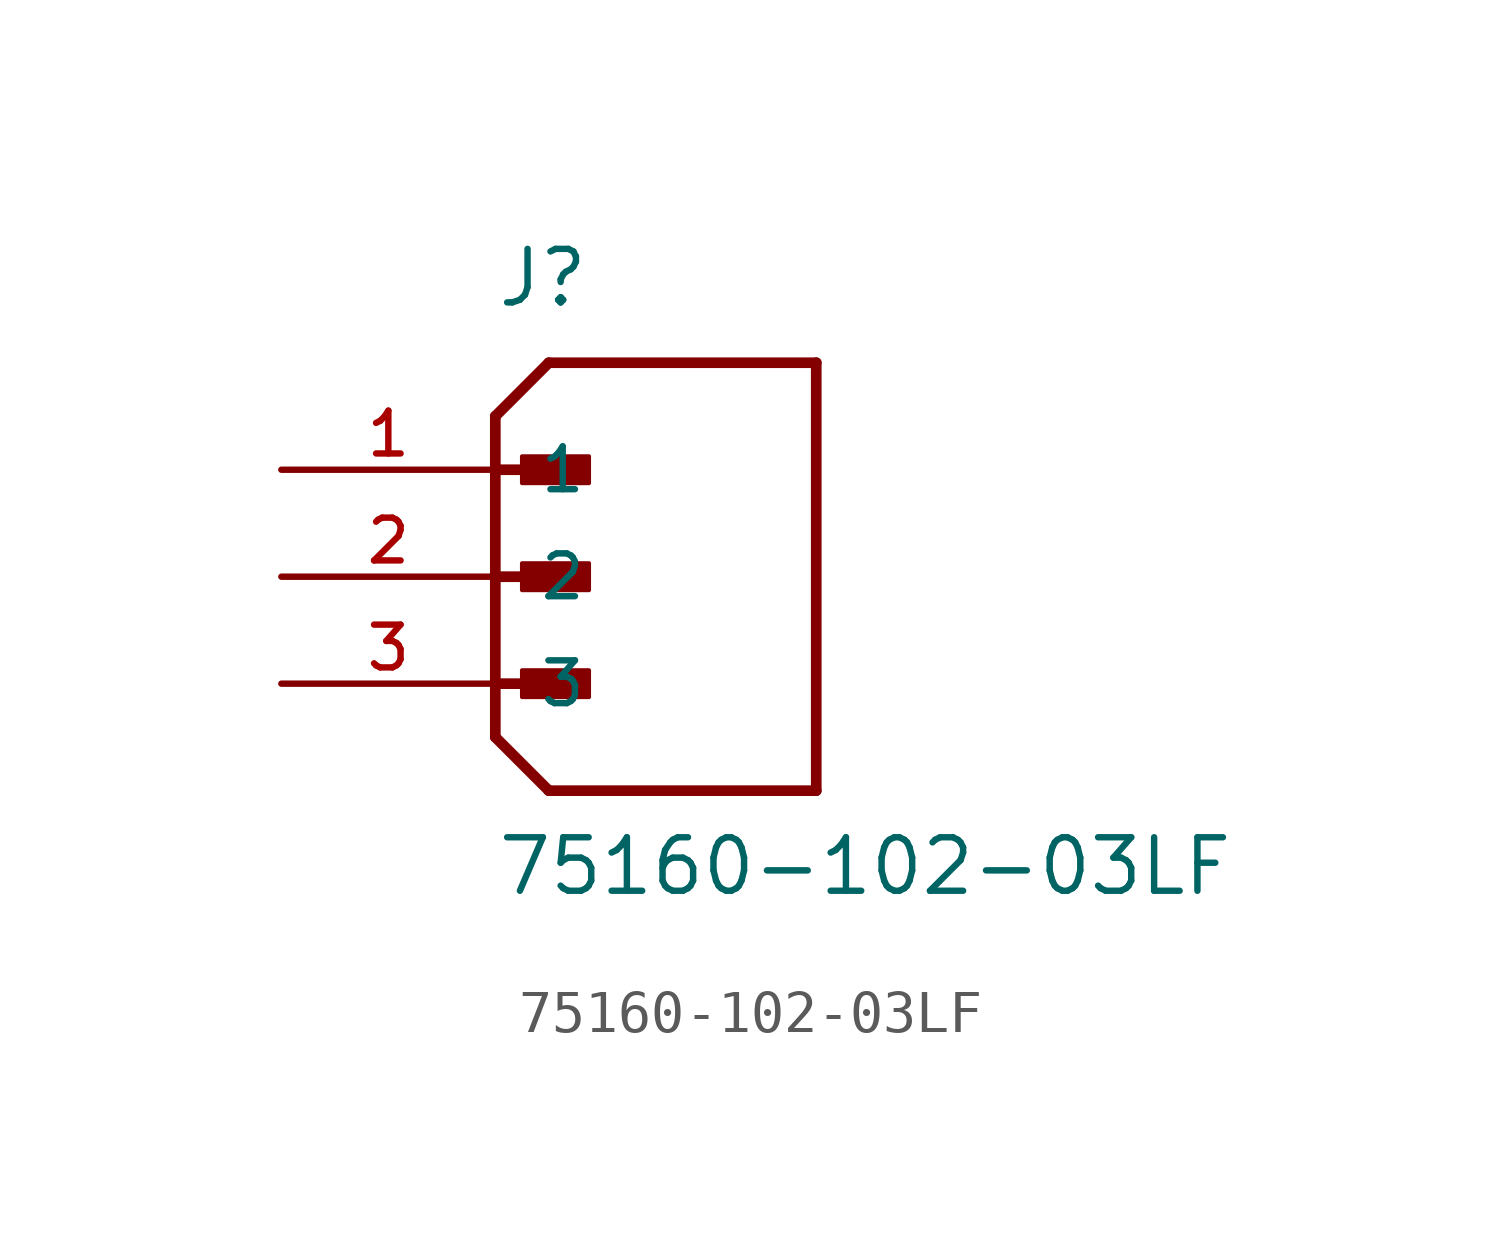
<source format=kicad_sym>
(kicad_symbol_lib
  (version 20211014)
  (generator kicad_symbol_editor)
  (symbol "75160-102-03LF"
    (pin_names
      (offset 1.016))
    (property "Reference" "J"
      (at 0.0 6.35 0)
      (effects (font (size 1.27 1.27)) (justify bottom left)))
    (property "Value" "75160-102-03LF"
      (at 0.0 -7.62 0)
      (effects (font (size 1.27 1.27)) (justify bottom left)))
    (symbol "75160-102-03LF_0_0"
      (polyline (pts (xy 0.0 3.81) (xy 1.27 5.08)) (stroke (width 0.254)))
      (polyline (pts (xy 0.0 3.81) (xy 0.0 2.54)) (stroke (width 0.254)))
      (polyline (pts (xy 0.0 2.54) (xy 0.0 -3.81)) (stroke (width 0.254)))
      (polyline (pts (xy 0.0 -3.81) (xy 1.27 -5.08)) (stroke (width 0.254)))
      (polyline (pts (xy 1.27 -5.08) (xy 7.62 -5.08)) (stroke (width 0.254)))
      (polyline (pts (xy 7.62 -5.08) (xy 7.62 5.08)) (stroke (width 0.254)))
      (polyline (pts (xy 7.62 5.08) (xy 1.27 5.08)) (stroke (width 0.254)))
      (polyline (pts (xy 0.0 2.54) (xy 1.905 2.54)) (stroke (width 0.254)))
      (rectangle (start 0.635 2.223) (end 2.223 2.857) (stroke (width 0.1)) (fill (type outline)))
      (polyline (pts (xy 0.0 0.0) (xy 1.905 0.0)) (stroke (width 0.254)))
      (rectangle (start 0.635 -0.318) (end 2.223 0.318) (stroke (width 0.1)) (fill (type outline)))
      (polyline (pts (xy 0.0 -2.54) (xy 1.905 -2.54)) (stroke (width 0.254)))
      (rectangle (start 0.635 -2.857) (end 2.223 -2.223) (stroke (width 0.1)) (fill (type outline)))
      (pin passive line (at -5.08 2.54 0) (length 5.08) (name "1" (effects (font (size 1.016 1.016)))) (number "1" (effects (font (size 1.016 1.016)))))
      (pin passive line (at -5.08 0.0 0) (length 5.08) (name "2" (effects (font (size 1.016 1.016)))) (number "2" (effects (font (size 1.016 1.016)))))
      (pin passive line (at -5.08 -2.54 0) (length 5.08) (name "3" (effects (font (size 1.016 1.016)))) (number "3" (effects (font (size 1.016 1.016))))))))
</source>
